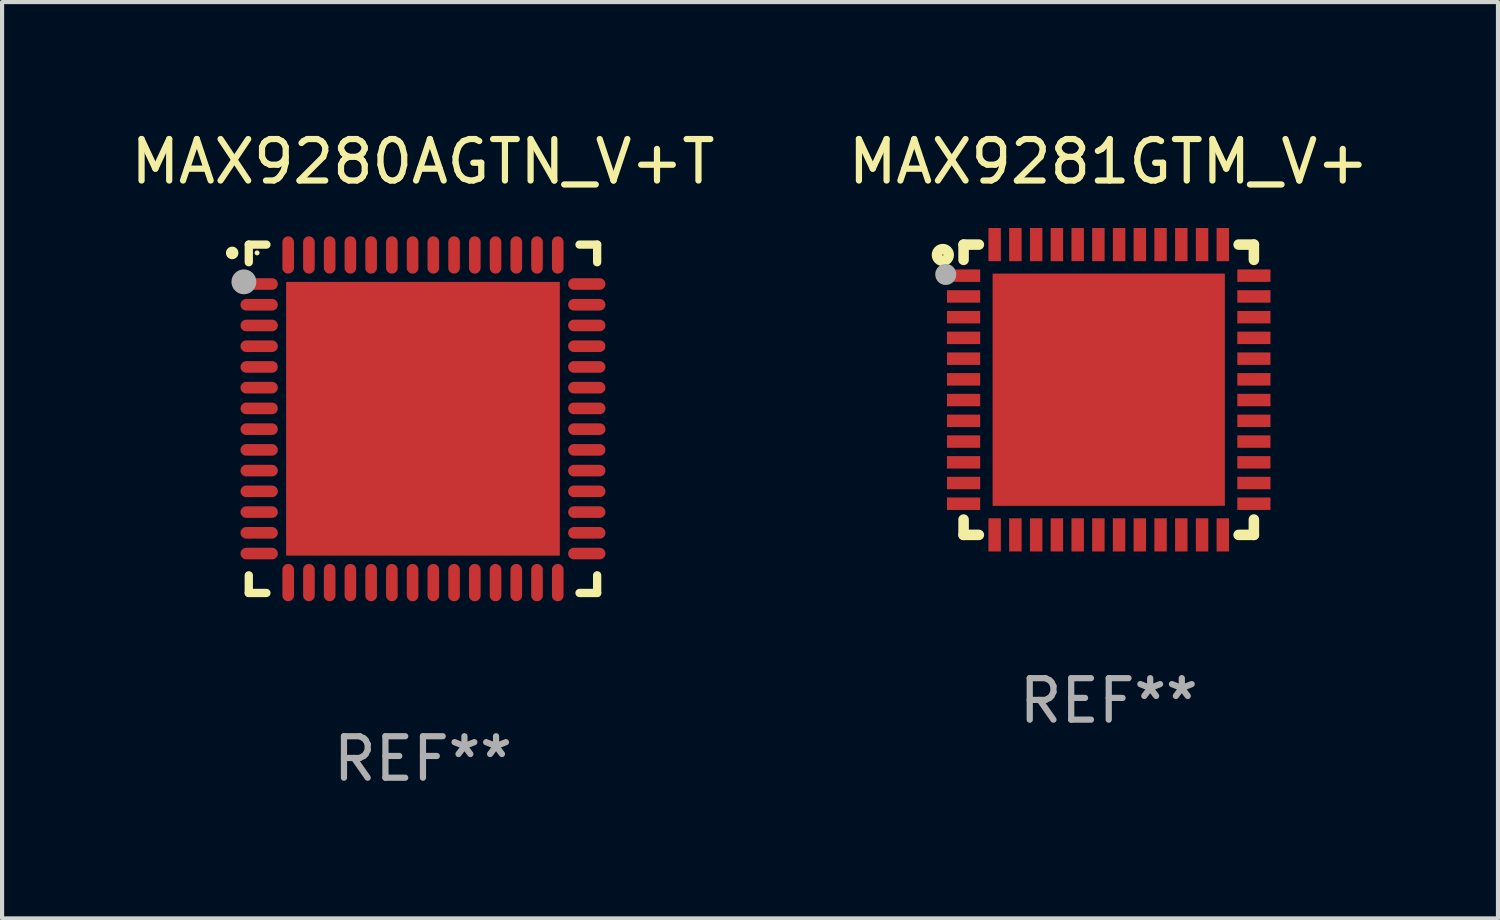
<source format=kicad_pcb>
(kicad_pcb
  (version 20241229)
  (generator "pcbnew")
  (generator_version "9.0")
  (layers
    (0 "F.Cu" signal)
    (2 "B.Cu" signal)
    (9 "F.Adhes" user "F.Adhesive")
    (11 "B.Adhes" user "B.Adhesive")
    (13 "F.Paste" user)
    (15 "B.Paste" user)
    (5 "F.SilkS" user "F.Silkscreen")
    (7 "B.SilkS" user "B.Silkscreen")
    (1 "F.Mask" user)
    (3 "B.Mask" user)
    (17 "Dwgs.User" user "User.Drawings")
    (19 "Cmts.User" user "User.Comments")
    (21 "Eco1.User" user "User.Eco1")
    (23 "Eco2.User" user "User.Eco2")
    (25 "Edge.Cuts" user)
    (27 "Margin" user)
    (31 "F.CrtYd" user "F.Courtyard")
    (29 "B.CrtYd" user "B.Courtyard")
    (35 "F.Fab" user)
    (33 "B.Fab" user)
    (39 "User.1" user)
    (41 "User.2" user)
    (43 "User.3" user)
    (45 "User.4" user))
  (footprint "MAX9281GTM_V+"
    (layer "F.Cu")
    (at 23.685 6.348)
    (property "Reference" "MAX9281GTM_V+" (at 0 -5.5 0) (layer "F.SilkS") (effects (font (size 1 1) (thickness 0.15))))
    (attr through_hole)
    (fp_line (start -3.5 -3.5) (end -3.132 -3.5) (stroke (width 0.254) (type solid)) (layer "F.SilkS"))
    (fp_line (start -3.5 -3.132) (end -3.5 -3.5) (stroke (width 0.254) (type solid)) (layer "F.SilkS"))
    (fp_line (start -3.5 3.5) (end -3.5 3.13) (stroke (width 0.254) (type solid)) (layer "F.SilkS"))
    (fp_line (start -3.132 3.5) (end -3.5 3.5) (stroke (width 0.254) (type solid)) (layer "F.SilkS"))
    (fp_line (start 3.132 -3.5) (end 3.5 -3.5) (stroke (width 0.254) (type solid)) (layer "F.SilkS"))
    (fp_line (start 3.5 -3.5) (end 3.5 -3.132) (stroke (width 0.254) (type solid)) (layer "F.SilkS"))
    (fp_line (start 3.5 3.13) (end 3.5 3.5) (stroke (width 0.254) (type solid)) (layer "F.SilkS"))
    (fp_line (start 3.5 3.5) (end 3.132 3.5) (stroke (width 0.254) (type solid)) (layer "F.SilkS"))
    (fp_circle (center -4 -3.25) (end -3.859 -3.25) (stroke (width 0.254) (type solid)) (fill no) (layer "F.SilkS"))
    (fp_circle (center -3.5 -3.501) (end -3.47 -3.501) (stroke (width 0.06) (type solid)) (fill no) (layer "F.SilkS"))
    (fp_circle (center -3.93 -2.78) (end -3.803 -2.78) (stroke (width 0.254) (type solid)) (fill no) (layer "F.Fab"))
    (fp_text user "REF**" (at 0 7.5 0) (layer "F.Fab") (effects (font (size 1 1) (thickness 0.15))))
    (pad "1" smd rect (at -3.5 -2.751 270) (size 0.3 0.8) (layers "F.Cu" "F.Mask" "F.Paste"))
    (pad "2" smd rect (at -3.5 -2.25 270) (size 0.3 0.8) (layers "F.Cu" "F.Mask" "F.Paste"))
    (pad "3" smd rect (at -3.5 -1.75 270) (size 0.3 0.8) (layers "F.Cu" "F.Mask" "F.Paste"))
    (pad "4" smd rect (at -3.5 -1.251 270) (size 0.3 0.8) (layers "F.Cu" "F.Mask" "F.Paste"))
    (pad "5" smd rect (at -3.5 -0.75 270) (size 0.3 0.8) (layers "F.Cu" "F.Mask" "F.Paste"))
    (pad "6" smd rect (at -3.5 -0.251 270) (size 0.3 0.8) (layers "F.Cu" "F.Mask" "F.Paste"))
    (pad "7" smd rect (at -3.5 0.249 270) (size 0.3 0.8) (layers "F.Cu" "F.Mask" "F.Paste"))
    (pad "8" smd rect (at -3.5 0.749 270) (size 0.3 0.8) (layers "F.Cu" "F.Mask" "F.Paste"))
    (pad "9" smd rect (at -3.5 1.25 270) (size 0.3 0.8) (layers "F.Cu" "F.Mask" "F.Paste"))
    (pad "10" smd rect (at -3.5 1.75 270) (size 0.3 0.8) (layers "F.Cu" "F.Mask" "F.Paste"))
    (pad "11" smd rect (at -3.5 2.249 270) (size 0.3 0.8) (layers "F.Cu" "F.Mask" "F.Paste"))
    (pad "12" smd rect (at -3.5 2.748 270) (size 0.3 0.8) (layers "F.Cu" "F.Mask" "F.Paste"))
    (pad "13" smd rect (at -2.751 3.5 180) (size 0.3 0.8) (layers "F.Cu" "F.Mask" "F.Paste"))
    (pad "14" smd rect (at -2.251 3.5 180) (size 0.3 0.8) (layers "F.Cu" "F.Mask" "F.Paste"))
    (pad "15" smd rect (at -1.75 3.5 180) (size 0.3 0.8) (layers "F.Cu" "F.Mask" "F.Paste"))
    (pad "16" smd rect (at -1.25 3.5 180) (size 0.3 0.8) (layers "F.Cu" "F.Mask" "F.Paste"))
    (pad "17" smd rect (at -0.749 3.5 180) (size 0.3 0.8) (layers "F.Cu" "F.Mask" "F.Paste"))
    (pad "18" smd rect (at -0.25 3.5 180) (size 0.3 0.8) (layers "F.Cu" "F.Mask" "F.Paste"))
    (pad "19" smd rect (at 0.249 3.5 180) (size 0.3 0.8) (layers "F.Cu" "F.Mask" "F.Paste"))
    (pad "20" smd rect (at 0.749 3.5 180) (size 0.3 0.8) (layers "F.Cu" "F.Mask" "F.Paste"))
    (pad "21" smd rect (at 1.25 3.5 180) (size 0.3 0.8) (layers "F.Cu" "F.Mask" "F.Paste"))
    (pad "22" smd rect (at 1.75 3.5 180) (size 0.3 0.8) (layers "F.Cu" "F.Mask" "F.Paste"))
    (pad "23" smd rect (at 2.251 3.5 180) (size 0.3 0.8) (layers "F.Cu" "F.Mask" "F.Paste"))
    (pad "24" smd rect (at 2.751 3.5 180) (size 0.3 0.8) (layers "F.Cu" "F.Mask" "F.Paste"))
    (pad "25" smd rect (at 3.5 2.748 270) (size 0.3 0.8) (layers "F.Cu" "F.Mask" "F.Paste"))
    (pad "26" smd rect (at 3.5 2.249 270) (size 0.3 0.8) (layers "F.Cu" "F.Mask" "F.Paste"))
    (pad "27" smd rect (at 3.5 1.75 270) (size 0.3 0.8) (layers "F.Cu" "F.Mask" "F.Paste"))
    (pad "28" smd rect (at 3.5 1.25 270) (size 0.3 0.8) (layers "F.Cu" "F.Mask" "F.Paste"))
    (pad "29" smd rect (at 3.5 0.749 270) (size 0.3 0.8) (layers "F.Cu" "F.Mask" "F.Paste"))
    (pad "30" smd rect (at 3.5 0.249 270) (size 0.3 0.8) (layers "F.Cu" "F.Mask" "F.Paste"))
    (pad "31" smd rect (at 3.5 -0.251 270) (size 0.3 0.8) (layers "F.Cu" "F.Mask" "F.Paste"))
    (pad "32" smd rect (at 3.5 -0.75 270) (size 0.3 0.8) (layers "F.Cu" "F.Mask" "F.Paste"))
    (pad "33" smd rect (at 3.5 -1.251 270) (size 0.3 0.8) (layers "F.Cu" "F.Mask" "F.Paste"))
    (pad "34" smd rect (at 3.5 -1.75 270) (size 0.3 0.8) (layers "F.Cu" "F.Mask" "F.Paste"))
    (pad "35" smd rect (at 3.5 -2.25 270) (size 0.3 0.8) (layers "F.Cu" "F.Mask" "F.Paste"))
    (pad "36" smd rect (at 3.5 -2.751 270) (size 0.3 0.8) (layers "F.Cu" "F.Mask" "F.Paste"))
    (pad "37" smd rect (at 2.751 -3.5 180) (size 0.3 0.8) (layers "F.Cu" "F.Mask" "F.Paste"))
    (pad "38" smd rect (at 2.251 -3.5 180) (size 0.3 0.8) (layers "F.Cu" "F.Mask" "F.Paste"))
    (pad "39" smd rect (at 1.75 -3.5 180) (size 0.3 0.8) (layers "F.Cu" "F.Mask" "F.Paste"))
    (pad "40" smd rect (at 1.25 -3.5 180) (size 0.3 0.8) (layers "F.Cu" "F.Mask" "F.Paste"))
    (pad "41" smd rect (at 0.749 -3.5 180) (size 0.3 0.8) (layers "F.Cu" "F.Mask" "F.Paste"))
    (pad "42" smd rect (at 0.25 -3.5 180) (size 0.3 0.8) (layers "F.Cu" "F.Mask" "F.Paste"))
    (pad "43" smd rect (at -0.25 -3.5 180) (size 0.3 0.8) (layers "F.Cu" "F.Mask" "F.Paste"))
    (pad "44" smd rect (at -0.749 -3.5 180) (size 0.3 0.8) (layers "F.Cu" "F.Mask" "F.Paste"))
    (pad "45" smd rect (at -1.25 -3.5 180) (size 0.3 0.8) (layers "F.Cu" "F.Mask" "F.Paste"))
    (pad "46" smd rect (at -1.75 -3.5 180) (size 0.3 0.8) (layers "F.Cu" "F.Mask" "F.Paste"))
    (pad "47" smd rect (at -2.251 -3.5 180) (size 0.3 0.8) (layers "F.Cu" "F.Mask" "F.Paste"))
    (pad "48" smd rect (at -2.751 -3.5 180) (size 0.3 0.8) (layers "F.Cu" "F.Mask" "F.Paste"))
    (pad "49" smd rect (at 0.000127 -0.001 180) (size 5.6 5.6) (layers "F.Cu" "F.Mask" "F.Paste")))
  (footprint "MAX9280AGTN_V+T"
    (layer "F.Cu")
    (at 7.149 7.048)
    (property "Reference" "MAX9280AGTN_V+T" (at 0 -6.2 0) (layer "F.SilkS") (effects (font (size 1 1) (thickness 0.15))))
    (attr through_hole)
    (fp_line (start -4.2 -4.2) (end -3.775 -4.2) (stroke (width 0.2) (type solid)) (layer "F.SilkS"))
    (fp_line (start -4.2 -3.775) (end -4.2 -4.2) (stroke (width 0.2) (type solid)) (layer "F.SilkS"))
    (fp_line (start -4.2 3.775) (end -4.2 4.2) (stroke (width 0.2) (type solid)) (layer "F.SilkS"))
    (fp_line (start -4.2 4.2) (end -3.775 4.2) (stroke (width 0.2) (type solid)) (layer "F.SilkS"))
    (fp_line (start 3.775 4.2) (end 4.2 4.2) (stroke (width 0.2) (type solid)) (layer "F.SilkS"))
    (fp_line (start 4.2 -4.2) (end 3.775 -4.2) (stroke (width 0.2) (type solid)) (layer "F.SilkS"))
    (fp_line (start 4.2 -3.775) (end 4.2 -4.2) (stroke (width 0.2) (type solid)) (layer "F.SilkS"))
    (fp_line (start 4.2 4.2) (end 4.2 3.775) (stroke (width 0.2) (type solid)) (layer "F.SilkS"))
    (fp_arc (start -4.599949 -3.997968) (mid -4.599954 -3.999238) (end -4.599949 -4.000508) (stroke (width 0.3) (type solid)) (layer "F.SilkS"))
    (fp_circle (center -4 -4) (end -3.97 -4) (stroke (width 0.06) (type solid)) (fill no) (layer "F.SilkS"))
    (fp_circle (center -4.318 -3.302) (end -4.168 -3.302) (stroke (width 0.3) (type solid)) (fill no) (layer "F.Fab"))
    (fp_text user "REF**" (at 0 8.2 0) (layer "F.Fab") (effects (font (size 1 1) (thickness 0.15))))
    (pad "1" smd oval (at -3.95 -3.25 90) (size 0.28 0.9) (layers "F.Cu" "F.Mask" "F.Paste"))
    (pad "2" smd oval (at -3.95 -2.75 90) (size 0.28 0.9) (layers "F.Cu" "F.Mask" "F.Paste"))
    (pad "3" smd oval (at -3.95 -2.25 90) (size 0.28 0.9) (layers "F.Cu" "F.Mask" "F.Paste"))
    (pad "4" smd oval (at -3.95 -1.75 90) (size 0.28 0.9) (layers "F.Cu" "F.Mask" "F.Paste"))
    (pad "5" smd oval (at -3.95 -1.25 90) (size 0.28 0.9) (layers "F.Cu" "F.Mask" "F.Paste"))
    (pad "6" smd oval (at -3.95 -0.75 90) (size 0.28 0.9) (layers "F.Cu" "F.Mask" "F.Paste"))
    (pad "7" smd oval (at -3.95 -0.25 90) (size 0.28 0.9) (layers "F.Cu" "F.Mask" "F.Paste"))
    (pad "8" smd oval (at -3.95 0.25 90) (size 0.28 0.9) (layers "F.Cu" "F.Mask" "F.Paste"))
    (pad "9" smd oval (at -3.95 0.75 90) (size 0.28 0.9) (layers "F.Cu" "F.Mask" "F.Paste"))
    (pad "10" smd oval (at -3.95 1.25 90) (size 0.28 0.9) (layers "F.Cu" "F.Mask" "F.Paste"))
    (pad "11" smd oval (at -3.95 1.75 90) (size 0.28 0.9) (layers "F.Cu" "F.Mask" "F.Paste"))
    (pad "12" smd oval (at -3.95 2.25 90) (size 0.28 0.9) (layers "F.Cu" "F.Mask" "F.Paste"))
    (pad "13" smd oval (at -3.95 2.75 90) (size 0.28 0.9) (layers "F.Cu" "F.Mask" "F.Paste"))
    (pad "14" smd oval (at -3.95 3.25 90) (size 0.28 0.9) (layers "F.Cu" "F.Mask" "F.Paste"))
    (pad "15" smd oval (at -3.25 3.95) (size 0.28 0.9) (layers "F.Cu" "F.Mask" "F.Paste"))
    (pad "16" smd oval (at -2.75 3.95) (size 0.28 0.9) (layers "F.Cu" "F.Mask" "F.Paste"))
    (pad "17" smd oval (at -2.25 3.95) (size 0.28 0.9) (layers "F.Cu" "F.Mask" "F.Paste"))
    (pad "18" smd oval (at -1.75 3.95) (size 0.28 0.9) (layers "F.Cu" "F.Mask" "F.Paste"))
    (pad "19" smd oval (at -1.25 3.95) (size 0.28 0.9) (layers "F.Cu" "F.Mask" "F.Paste"))
    (pad "20" smd oval (at -0.75 3.95) (size 0.28 0.9) (layers "F.Cu" "F.Mask" "F.Paste"))
    (pad "21" smd oval (at -0.25 3.95) (size 0.28 0.9) (layers "F.Cu" "F.Mask" "F.Paste"))
    (pad "22" smd oval (at 0.25 3.95) (size 0.28 0.9) (layers "F.Cu" "F.Mask" "F.Paste"))
    (pad "23" smd oval (at 0.75 3.95) (size 0.28 0.9) (layers "F.Cu" "F.Mask" "F.Paste"))
    (pad "24" smd oval (at 1.25 3.95) (size 0.28 0.9) (layers "F.Cu" "F.Mask" "F.Paste"))
    (pad "25" smd oval (at 1.75 3.95) (size 0.28 0.9) (layers "F.Cu" "F.Mask" "F.Paste"))
    (pad "26" smd oval (at 2.25 3.95) (size 0.28 0.9) (layers "F.Cu" "F.Mask" "F.Paste"))
    (pad "27" smd oval (at 2.75 3.95) (size 0.28 0.9) (layers "F.Cu" "F.Mask" "F.Paste"))
    (pad "28" smd oval (at 3.25 3.95) (size 0.28 0.9) (layers "F.Cu" "F.Mask" "F.Paste"))
    (pad "29" smd oval (at 3.95 3.25 90) (size 0.28 0.9) (layers "F.Cu" "F.Mask" "F.Paste"))
    (pad "30" smd oval (at 3.95 2.75 90) (size 0.28 0.9) (layers "F.Cu" "F.Mask" "F.Paste"))
    (pad "31" smd oval (at 3.95 2.25 90) (size 0.28 0.9) (layers "F.Cu" "F.Mask" "F.Paste"))
    (pad "32" smd oval (at 3.95 1.75 90) (size 0.28 0.9) (layers "F.Cu" "F.Mask" "F.Paste"))
    (pad "33" smd oval (at 3.95 1.25 90) (size 0.28 0.9) (layers "F.Cu" "F.Mask" "F.Paste"))
    (pad "34" smd oval (at 3.95 0.75 90) (size 0.28 0.9) (layers "F.Cu" "F.Mask" "F.Paste"))
    (pad "35" smd oval (at 3.95 0.25 90) (size 0.28 0.9) (layers "F.Cu" "F.Mask" "F.Paste"))
    (pad "36" smd oval (at 3.95 -0.25 90) (size 0.28 0.9) (layers "F.Cu" "F.Mask" "F.Paste"))
    (pad "37" smd oval (at 3.95 -0.75 90) (size 0.28 0.9) (layers "F.Cu" "F.Mask" "F.Paste"))
    (pad "38" smd oval (at 3.95 -1.25 90) (size 0.28 0.9) (layers "F.Cu" "F.Mask" "F.Paste"))
    (pad "39" smd oval (at 3.95 -1.75 90) (size 0.28 0.9) (layers "F.Cu" "F.Mask" "F.Paste"))
    (pad "40" smd oval (at 3.95 -2.25 90) (size 0.28 0.9) (layers "F.Cu" "F.Mask" "F.Paste"))
    (pad "41" smd oval (at 3.95 -2.75 90) (size 0.28 0.9) (layers "F.Cu" "F.Mask" "F.Paste"))
    (pad "42" smd oval (at 3.95 -3.25 90) (size 0.28 0.9) (layers "F.Cu" "F.Mask" "F.Paste"))
    (pad "43" smd oval (at 3.25 -3.95) (size 0.28 0.9) (layers "F.Cu" "F.Mask" "F.Paste"))
    (pad "44" smd oval (at 2.75 -3.95) (size 0.28 0.9) (layers "F.Cu" "F.Mask" "F.Paste"))
    (pad "45" smd oval (at 2.25 -3.95) (size 0.28 0.9) (layers "F.Cu" "F.Mask" "F.Paste"))
    (pad "46" smd oval (at 1.75 -3.95) (size 0.28 0.9) (layers "F.Cu" "F.Mask" "F.Paste"))
    (pad "47" smd oval (at 1.25 -3.95) (size 0.28 0.9) (layers "F.Cu" "F.Mask" "F.Paste"))
    (pad "48" smd oval (at 0.75 -3.95) (size 0.28 0.9) (layers "F.Cu" "F.Mask" "F.Paste"))
    (pad "49" smd oval (at 0.25 -3.95) (size 0.28 0.9) (layers "F.Cu" "F.Mask" "F.Paste"))
    (pad "50" smd oval (at -0.25 -3.95) (size 0.28 0.9) (layers "F.Cu" "F.Mask" "F.Paste"))
    (pad "51" smd oval (at -0.75 -3.95) (size 0.28 0.9) (layers "F.Cu" "F.Mask" "F.Paste"))
    (pad "52" smd oval (at -1.25 -3.95) (size 0.28 0.9) (layers "F.Cu" "F.Mask" "F.Paste"))
    (pad "53" smd oval (at -1.75 -3.95) (size 0.28 0.9) (layers "F.Cu" "F.Mask" "F.Paste"))
    (pad "54" smd oval (at -2.25 -3.95) (size 0.28 0.9) (layers "F.Cu" "F.Mask" "F.Paste"))
    (pad "55" smd oval (at -2.75 -3.95) (size 0.28 0.9) (layers "F.Cu" "F.Mask" "F.Paste"))
    (pad "56" smd oval (at -3.25 -3.95) (size 0.28 0.9) (layers "F.Cu" "F.Mask" "F.Paste"))
    (pad "57" smd rect (at 0 0.000051) (size 6.6 6.6) (layers "F.Cu" "F.Mask" "F.Paste")))
  (gr_rect
    (start -3 -3)
    (end 33.071 19.096)
    (stroke (width 0.1) (type default))
    (fill no)
    (layer "Edge.Cuts")))
</source>
